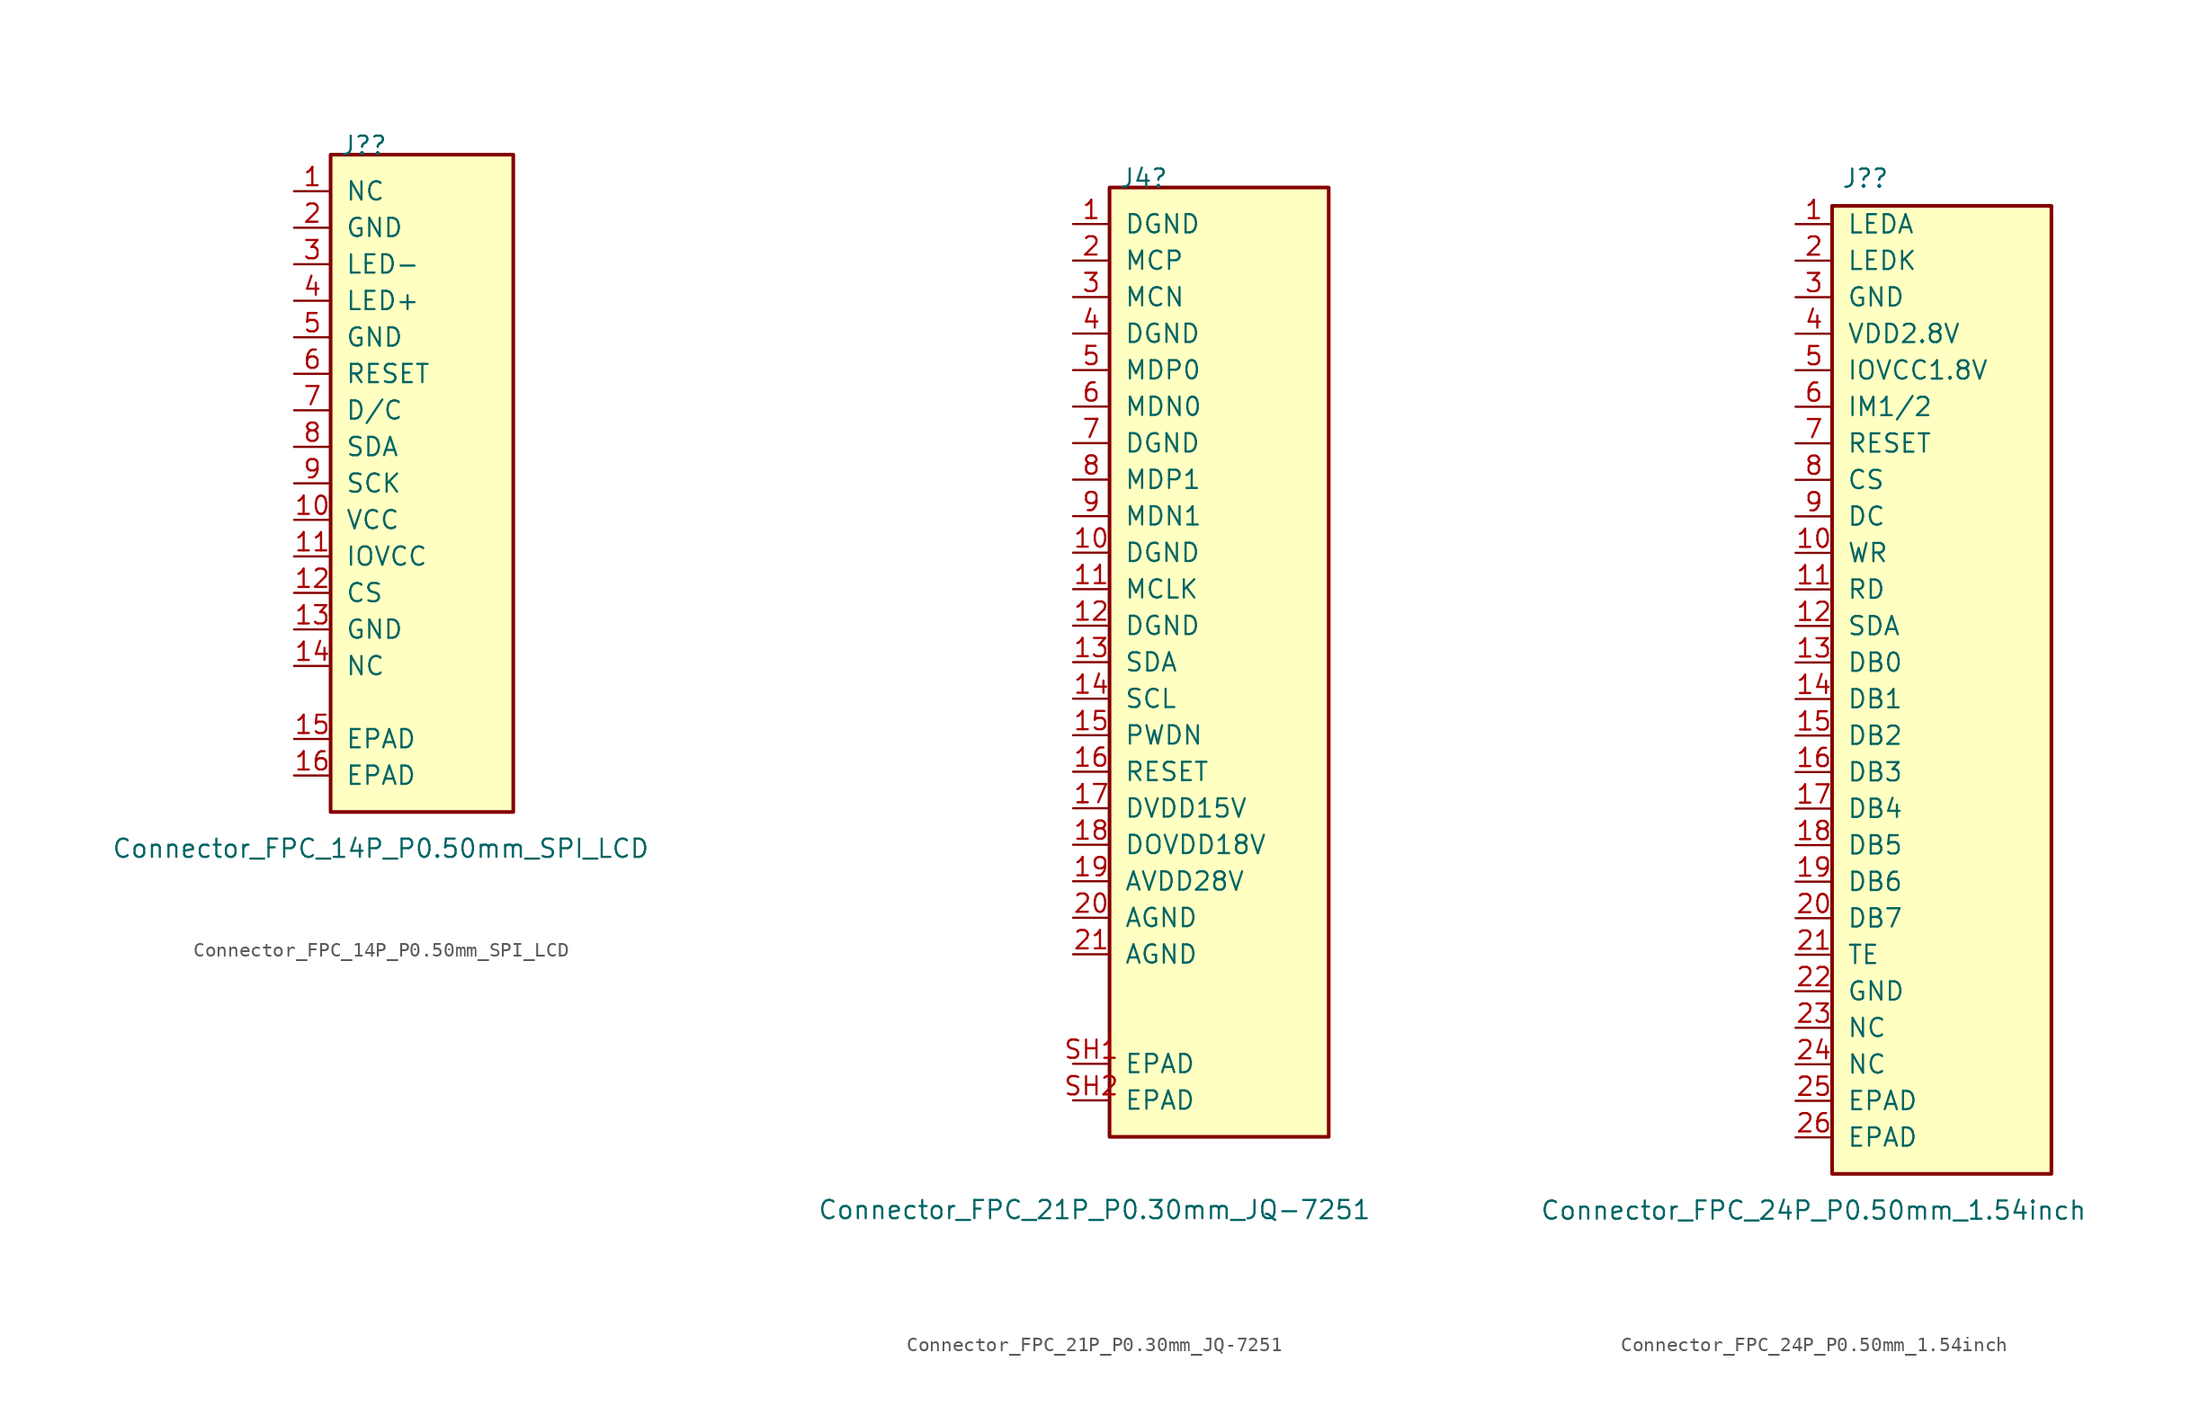
<source format=kicad_sym>
(kicad_symbol_lib
  (version 20211014)
  (generator kicad_symbol_editor)
  (symbol "Connector_FPC_14P_P0.50mm_SPI_LCD"
    (pin_names
      (offset 1.016))
    (property "Reference" "J?"
      (at -12.065 46.355 0)
      (effects (font (size 1.27 1.27)) (justify left)))
    (property "Value" "Connector_FPC_14P_P0.50mm_SPI_LCD"
      (at -27.94 -2.54 0)
      (effects (font (size 1.27 1.27)) (justify left)))
    (symbol "Connector_FPC_14P_P0.50mm_SPI_LCD_0_0"
      (pin bidirectional line (at -15.24 43.18 0) (length 2.54) (name "NC" (effects (font (size 1.27 1.27)))) (number "1" (effects (font (size 1.27 1.27)))))
      (pin bidirectional line (at -15.24 20.32 0) (length 2.54) (name "VCC" (effects (font (size 1.27 1.27)))) (number "10" (effects (font (size 1.27 1.27)))))
      (pin bidirectional line (at -15.24 17.78 0) (length 2.54) (name "IOVCC" (effects (font (size 1.27 1.27)))) (number "11" (effects (font (size 1.27 1.27)))))
      (pin bidirectional line (at -15.24 15.24 0) (length 2.54) (name "CS" (effects (font (size 1.27 1.27)))) (number "12" (effects (font (size 1.27 1.27)))))
      (pin bidirectional line (at -15.24 12.7 0) (length 2.54) (name "GND" (effects (font (size 1.27 1.27)))) (number "13" (effects (font (size 1.27 1.27)))))
      (pin bidirectional line (at -15.24 10.16 0) (length 2.54) (name "NC" (effects (font (size 1.27 1.27)))) (number "14" (effects (font (size 1.27 1.27)))))
      (pin bidirectional line (at -15.24 5.08 0) (length 2.54) (name "EPAD" (effects (font (size 1.27 1.27)))) (number "15" (effects (font (size 1.27 1.27)))))
      (pin bidirectional line (at -15.24 2.54 0) (length 2.54) (name "EPAD" (effects (font (size 1.27 1.27)))) (number "16" (effects (font (size 1.27 1.27)))))
      (pin bidirectional line (at -15.24 40.64 0) (length 2.54) (name "GND" (effects (font (size 1.27 1.27)))) (number "2" (effects (font (size 1.27 1.27)))))
      (pin bidirectional line (at -15.24 38.1 0) (length 2.54) (name "LED-" (effects (font (size 1.27 1.27)))) (number "3" (effects (font (size 1.27 1.27)))))
      (pin bidirectional line (at -15.24 35.56 0) (length 2.54) (name "LED+" (effects (font (size 1.27 1.27)))) (number "4" (effects (font (size 1.27 1.27)))))
      (pin bidirectional line (at -15.24 33.02 0) (length 2.54) (name "GND" (effects (font (size 1.27 1.27)))) (number "5" (effects (font (size 1.27 1.27)))))
      (pin bidirectional line (at -15.24 30.48 0) (length 2.54) (name "RESET" (effects (font (size 1.27 1.27)))) (number "6" (effects (font (size 1.27 1.27)))))
      (pin bidirectional line (at -15.24 27.94 0) (length 2.54) (name "D/C" (effects (font (size 1.27 1.27)))) (number "7" (effects (font (size 1.27 1.27)))))
      (pin bidirectional line (at -15.24 25.4 0) (length 2.54) (name "SDA" (effects (font (size 1.27 1.27)))) (number "8" (effects (font (size 1.27 1.27)))))
      (pin bidirectional line (at -15.24 22.86 0) (length 2.54) (name "SCK" (effects (font (size 1.27 1.27)))) (number "9" (effects (font (size 1.27 1.27))))))
    (symbol "Connector_FPC_14P_P0.50mm_SPI_LCD_0_1"
      (rectangle (start -12.7 45.72) (end 0 0) (stroke (width 0.254) (type default) (color 0 0 0 0)) (fill (type background)))))
  (symbol "Connector_FPC_21P_P0.30mm_JQ-7251"
    (pin_names
      (offset 1.016))
    (property "Reference" "J4"
      (at -12.065 46.355 0)
      (effects (font (size 1.27 1.27)) (justify left)))
    (property "Value" "Connector_FPC_21P_P0.30mm_JQ-7251"
      (at -33.02 -25.4 0)
      (effects (font (size 1.27 1.27)) (justify left)))
    (symbol "Connector_FPC_21P_P0.30mm_JQ-7251_0_0"
      (pin bidirectional line (at -15.24 43.18 0) (length 2.54) (name "DGND" (effects (font (size 1.27 1.27)))) (number "1" (effects (font (size 1.27 1.27)))))
      (pin bidirectional line (at -15.24 20.32 0) (length 2.54) (name "DGND" (effects (font (size 1.27 1.27)))) (number "10" (effects (font (size 1.27 1.27)))))
      (pin bidirectional line (at -15.24 17.78 0) (length 2.54) (name "MCLK" (effects (font (size 1.27 1.27)))) (number "11" (effects (font (size 1.27 1.27)))))
      (pin bidirectional line (at -15.24 15.24 0) (length 2.54) (name "DGND" (effects (font (size 1.27 1.27)))) (number "12" (effects (font (size 1.27 1.27)))))
      (pin bidirectional line (at -15.24 12.7 0) (length 2.54) (name "SDA" (effects (font (size 1.27 1.27)))) (number "13" (effects (font (size 1.27 1.27)))))
      (pin bidirectional line (at -15.24 10.16 0) (length 2.54) (name "SCL" (effects (font (size 1.27 1.27)))) (number "14" (effects (font (size 1.27 1.27)))))
      (pin bidirectional line (at -15.24 7.62 0) (length 2.54) (name "PWDN" (effects (font (size 1.27 1.27)))) (number "15" (effects (font (size 1.27 1.27)))))
      (pin bidirectional line (at -15.24 5.08 0) (length 2.54) (name "RESET" (effects (font (size 1.27 1.27)))) (number "16" (effects (font (size 1.27 1.27)))))
      (pin bidirectional line (at -15.24 2.54 0) (length 2.54) (name "DVDD15V" (effects (font (size 1.27 1.27)))) (number "17" (effects (font (size 1.27 1.27)))))
      (pin bidirectional line (at -15.24 0 0) (length 2.54) (name "DOVDD18V" (effects (font (size 1.27 1.27)))) (number "18" (effects (font (size 1.27 1.27)))))
      (pin bidirectional line (at -15.24 -2.54 0) (length 2.54) (name "AVDD28V" (effects (font (size 1.27 1.27)))) (number "19" (effects (font (size 1.27 1.27)))))
      (pin bidirectional line (at -15.24 40.64 0) (length 2.54) (name "MCP" (effects (font (size 1.27 1.27)))) (number "2" (effects (font (size 1.27 1.27)))))
      (pin bidirectional line (at -15.24 -5.08 0) (length 2.54) (name "AGND" (effects (font (size 1.27 1.27)))) (number "20" (effects (font (size 1.27 1.27)))))
      (pin bidirectional line (at -15.24 -7.62 0) (length 2.54) (name "AGND" (effects (font (size 1.27 1.27)))) (number "21" (effects (font (size 1.27 1.27)))))
      (pin bidirectional line (at -15.24 38.1 0) (length 2.54) (name "MCN" (effects (font (size 1.27 1.27)))) (number "3" (effects (font (size 1.27 1.27)))))
      (pin bidirectional line (at -15.24 35.56 0) (length 2.54) (name "DGND" (effects (font (size 1.27 1.27)))) (number "4" (effects (font (size 1.27 1.27)))))
      (pin bidirectional line (at -15.24 33.02 0) (length 2.54) (name "MDP0" (effects (font (size 1.27 1.27)))) (number "5" (effects (font (size 1.27 1.27)))))
      (pin bidirectional line (at -15.24 30.48 0) (length 2.54) (name "MDN0" (effects (font (size 1.27 1.27)))) (number "6" (effects (font (size 1.27 1.27)))))
      (pin bidirectional line (at -15.24 27.94 0) (length 2.54) (name "DGND" (effects (font (size 1.27 1.27)))) (number "7" (effects (font (size 1.27 1.27)))))
      (pin bidirectional line (at -15.24 25.4 0) (length 2.54) (name "MDP1" (effects (font (size 1.27 1.27)))) (number "8" (effects (font (size 1.27 1.27)))))
      (pin bidirectional line (at -15.24 22.86 0) (length 2.54) (name "MDN1" (effects (font (size 1.27 1.27)))) (number "9" (effects (font (size 1.27 1.27)))))
      (pin bidirectional line (at -15.24 -15.24 0) (length 2.54) (name "EPAD" (effects (font (size 1.27 1.27)))) (number "SH1" (effects (font (size 1.27 1.27)))))
      (pin bidirectional line (at -15.24 -17.78 0) (length 2.54) (name "EPAD" (effects (font (size 1.27 1.27)))) (number "SH2" (effects (font (size 1.27 1.27))))))
    (symbol "Connector_FPC_21P_P0.30mm_JQ-7251_0_1"
      (rectangle (start -12.7 45.72) (end 2.54 -20.32) (stroke (width 0.254) (type default) (color 0 0 0 0)) (fill (type background)))))
  (symbol "Connector_FPC_24P_P0.50mm_1.54inch"
    (pin_names
      (offset 1.016))
    (property "Reference" "J?"
      (at -12.065 46.355 0)
      (effects (font (size 1.27 1.27)) (justify left)))
    (property "Value" "Connector_FPC_24P_P0.50mm_1.54inch"
      (at -33.02 -25.4 0)
      (effects (font (size 1.27 1.27)) (justify left)))
    (symbol "Connector_FPC_24P_P0.50mm_1.54inch_0_0"
      (pin bidirectional line (at -15.24 43.18 0) (length 2.54) (name "LEDA" (effects (font (size 1.27 1.27)))) (number "1" (effects (font (size 1.27 1.27)))))
      (pin bidirectional line (at -15.24 20.32 0) (length 2.54) (name "WR" (effects (font (size 1.27 1.27)))) (number "10" (effects (font (size 1.27 1.27)))))
      (pin bidirectional line (at -15.24 17.78 0) (length 2.54) (name "RD" (effects (font (size 1.27 1.27)))) (number "11" (effects (font (size 1.27 1.27)))))
      (pin bidirectional line (at -15.24 15.24 0) (length 2.54) (name "SDA" (effects (font (size 1.27 1.27)))) (number "12" (effects (font (size 1.27 1.27)))))
      (pin bidirectional line (at -15.24 12.7 0) (length 2.54) (name "DB0" (effects (font (size 1.27 1.27)))) (number "13" (effects (font (size 1.27 1.27)))))
      (pin bidirectional line (at -15.24 10.16 0) (length 2.54) (name "DB1" (effects (font (size 1.27 1.27)))) (number "14" (effects (font (size 1.27 1.27)))))
      (pin bidirectional line (at -15.24 7.62 0) (length 2.54) (name "DB2" (effects (font (size 1.27 1.27)))) (number "15" (effects (font (size 1.27 1.27)))))
      (pin bidirectional line (at -15.24 5.08 0) (length 2.54) (name "DB3" (effects (font (size 1.27 1.27)))) (number "16" (effects (font (size 1.27 1.27)))))
      (pin bidirectional line (at -15.24 2.54 0) (length 2.54) (name "DB4" (effects (font (size 1.27 1.27)))) (number "17" (effects (font (size 1.27 1.27)))))
      (pin bidirectional line (at -15.24 0 0) (length 2.54) (name "DB5" (effects (font (size 1.27 1.27)))) (number "18" (effects (font (size 1.27 1.27)))))
      (pin bidirectional line (at -15.24 -2.54 0) (length 2.54) (name "DB6" (effects (font (size 1.27 1.27)))) (number "19" (effects (font (size 1.27 1.27)))))
      (pin bidirectional line (at -15.24 40.64 0) (length 2.54) (name "LEDK" (effects (font (size 1.27 1.27)))) (number "2" (effects (font (size 1.27 1.27)))))
      (pin bidirectional line (at -15.24 -5.08 0) (length 2.54) (name "DB7" (effects (font (size 1.27 1.27)))) (number "20" (effects (font (size 1.27 1.27)))))
      (pin bidirectional line (at -15.24 -7.62 0) (length 2.54) (name "TE" (effects (font (size 1.27 1.27)))) (number "21" (effects (font (size 1.27 1.27)))))
      (pin bidirectional line (at -15.24 -10.16 0) (length 2.54) (name "GND" (effects (font (size 1.27 1.27)))) (number "22" (effects (font (size 1.27 1.27)))))
      (pin bidirectional line (at -15.24 -12.7 0) (length 2.54) (name "NC" (effects (font (size 1.27 1.27)))) (number "23" (effects (font (size 1.27 1.27)))))
      (pin bidirectional line (at -15.24 -15.24 0) (length 2.54) (name "NC" (effects (font (size 1.27 1.27)))) (number "24" (effects (font (size 1.27 1.27)))))
      (pin bidirectional line (at -15.24 -17.78 0) (length 2.54) (name "EPAD" (effects (font (size 1.27 1.27)))) (number "25" (effects (font (size 1.27 1.27)))))
      (pin bidirectional line (at -15.24 -20.32 0) (length 2.54) (name "EPAD" (effects (font (size 1.27 1.27)))) (number "26" (effects (font (size 1.27 1.27)))))
      (pin bidirectional line (at -15.24 38.1 0) (length 2.54) (name "GND" (effects (font (size 1.27 1.27)))) (number "3" (effects (font (size 1.27 1.27)))))
      (pin bidirectional line (at -15.24 35.56 0) (length 2.54) (name "VDD2.8V" (effects (font (size 1.27 1.27)))) (number "4" (effects (font (size 1.27 1.27)))))
      (pin bidirectional line (at -15.24 33.02 0) (length 2.54) (name "IOVCC1.8V" (effects (font (size 1.27 1.27)))) (number "5" (effects (font (size 1.27 1.27)))))
      (pin bidirectional line (at -15.24 30.48 0) (length 2.54) (name "IM1/2" (effects (font (size 1.27 1.27)))) (number "6" (effects (font (size 1.27 1.27)))))
      (pin bidirectional line (at -15.24 27.94 0) (length 2.54) (name "RESET" (effects (font (size 1.27 1.27)))) (number "7" (effects (font (size 1.27 1.27)))))
      (pin bidirectional line (at -15.24 25.4 0) (length 2.54) (name "CS" (effects (font (size 1.27 1.27)))) (number "8" (effects (font (size 1.27 1.27)))))
      (pin bidirectional line (at -15.24 22.86 0) (length 2.54) (name "DC" (effects (font (size 1.27 1.27)))) (number "9" (effects (font (size 1.27 1.27))))))
    (symbol "Connector_FPC_24P_P0.50mm_1.54inch_0_1"
      (rectangle (start -12.7 44.45) (end 2.54 -22.86) (stroke (width 0.254) (type default) (color 0 0 0 0)) (fill (type background))))))
</source>
